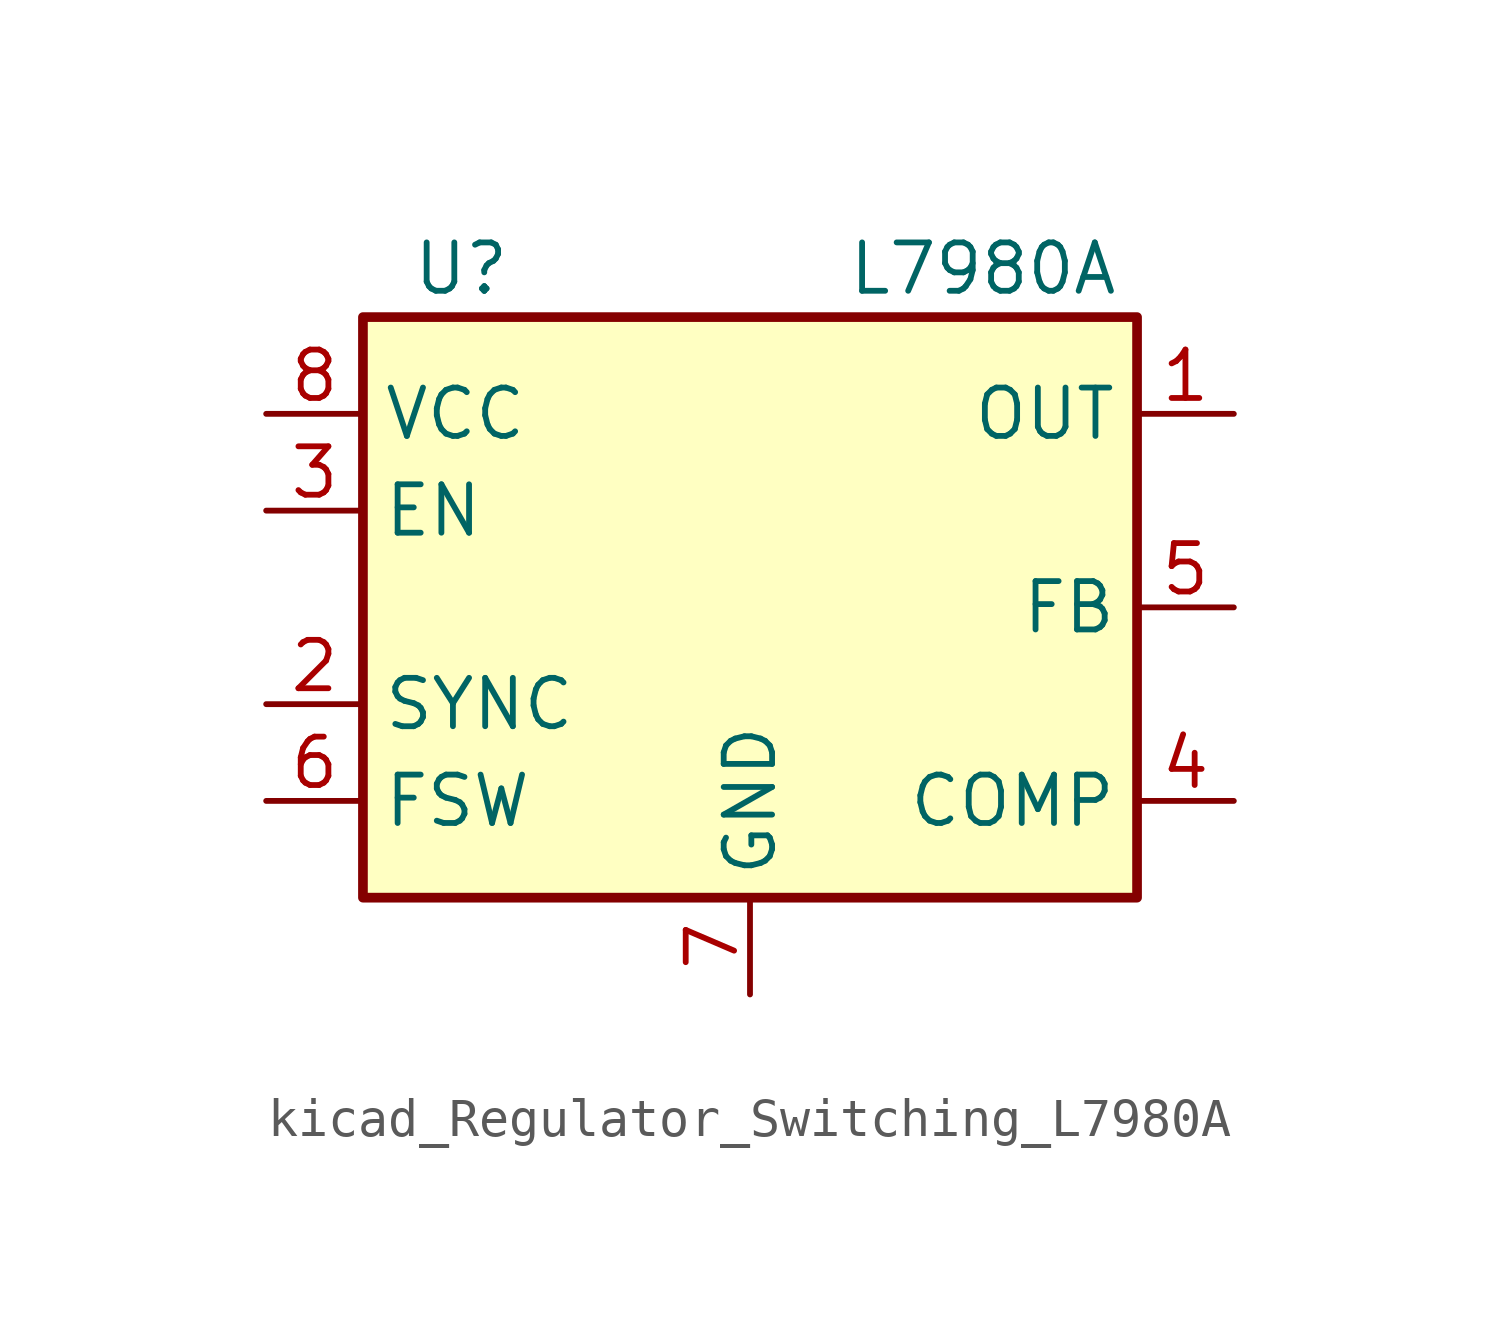
<source format=kicad_sym>
(kicad_symbol_lib
  (version 20220914)
  (generator kicad_symbol_editor)
  (symbol "kicad_Regulator_Switching_L7980A"
    (property "Reference" "U"
      (at -8.89 8.89 0)
      (effects (font (size 1.27 1.27)) (justify left)))
    (property "Value" "L7980A"
      (at 2.54 8.89 0)
      (effects (font (size 1.27 1.27)) (justify left)))
    (symbol "kicad_Regulator_Switching_L7980A_0_1"
      (rectangle (start -10.16 7.62) (end 10.16 -7.62) (stroke (width 0.254) (type default)) (fill (type background))))
    (symbol "kicad_Regulator_Switching_L7980A_1_1"
      (pin output line (at 12.7 5.08 180) (length 2.54) (name "OUT" (effects (font (size 1.27 1.27)))) (number "1" (effects (font (size 1.27 1.27)))))
      (pin bidirectional line (at -12.7 -2.54 0) (length 2.54) (name "SYNC" (effects (font (size 1.27 1.27)))) (number "2" (effects (font (size 1.27 1.27)))))
      (pin input line (at -12.7 2.54 0) (length 2.54) (name "EN" (effects (font (size 1.27 1.27)))) (number "3" (effects (font (size 1.27 1.27)))))
      (pin passive line (at 12.7 -5.08 180) (length 2.54) (name "COMP" (effects (font (size 1.27 1.27)))) (number "4" (effects (font (size 1.27 1.27)))))
      (pin input line (at 12.7 0 180) (length 2.54) (name "FB" (effects (font (size 1.27 1.27)))) (number "5" (effects (font (size 1.27 1.27)))))
      (pin input line (at -12.7 -5.08 0) (length 2.54) (name "FSW" (effects (font (size 1.27 1.27)))) (number "6" (effects (font (size 1.27 1.27)))))
      (pin power_in line (at 0 -10.16 90) (length 2.54) (name "GND" (effects (font (size 1.27 1.27)))) (number "7" (effects (font (size 1.27 1.27)))))
      (pin power_in line (at -12.7 5.08 0) (length 2.54) (name "VCC" (effects (font (size 1.27 1.27)))) (number "8" (effects (font (size 1.27 1.27)))))
      (pin passive line (at 0 -10.16 90) (length 2.54) hide (name "GND" (effects (font (size 1.27 1.27)))) (number "9" (effects (font (size 1.27 1.27))))))))
</source>
